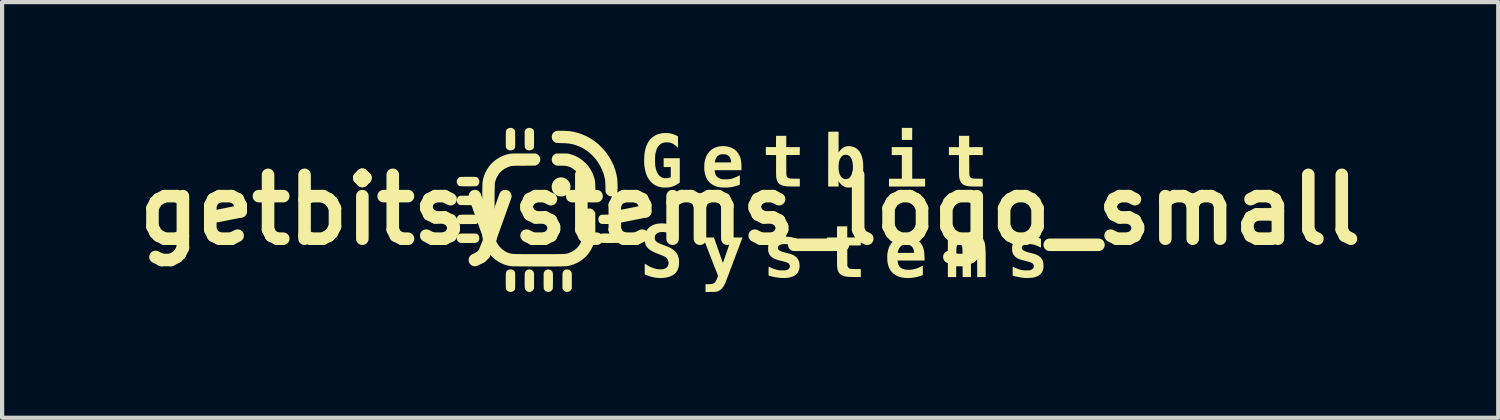
<source format=kicad_pcb>
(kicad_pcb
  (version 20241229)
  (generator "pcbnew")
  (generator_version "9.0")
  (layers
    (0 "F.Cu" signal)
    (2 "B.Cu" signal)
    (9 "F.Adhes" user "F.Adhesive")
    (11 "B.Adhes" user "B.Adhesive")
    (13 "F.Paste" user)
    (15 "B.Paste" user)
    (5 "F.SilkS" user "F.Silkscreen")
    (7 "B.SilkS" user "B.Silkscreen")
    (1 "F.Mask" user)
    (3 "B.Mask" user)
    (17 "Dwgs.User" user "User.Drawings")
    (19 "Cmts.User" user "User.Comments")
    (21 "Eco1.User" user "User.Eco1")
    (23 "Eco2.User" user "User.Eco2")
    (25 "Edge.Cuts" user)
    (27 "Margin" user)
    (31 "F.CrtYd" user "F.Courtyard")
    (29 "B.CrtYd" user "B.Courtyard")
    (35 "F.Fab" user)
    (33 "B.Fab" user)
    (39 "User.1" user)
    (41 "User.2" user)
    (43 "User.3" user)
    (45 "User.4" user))
  (footprint "getbitsystems_logo_small"
    (layer "F.Cu")
    (at 14.848 1.956)
    (property "Reference" "getbitsystems_logo_small" (at 0 0 0) (layer "F.SilkS") (effects (font (size 1.524 1.524) (thickness 0.3))))
    (attr board_only exclude_from_pos_files exclude_from_bom)
    (fp_poly (pts (xy 3.867 -0.742) (xy 4.174 -0.742) (xy 4.174 -0.555) (xy 3.312 -0.555) (xy 3.312 -0.742) (xy 3.619 -0.742) (xy 3.619 -1.306) (xy 3.378 -1.306) (xy 3.378 -1.496) (xy 3.867 -1.496)) (stroke (width 0) (type solid)) (fill yes) (layer "F.SilkS"))
    (fp_poly (pts (xy 3.866 -1.812) (xy 3.865 -1.668) (xy 3.745 -1.667) (xy 3.714 -1.667) (xy 3.686 -1.667) (xy 3.661 -1.667) (xy 3.642 -1.668) (xy 3.628 -1.668) (xy 3.622 -1.669) (xy 3.621 -1.669) (xy 3.621 -1.674) (xy 3.62 -1.686) (xy 3.62 -1.704) (xy 3.619 -1.728) (xy 3.619 -1.756) (xy 3.619 -1.787) (xy 3.619 -1.814) (xy 3.619 -1.956) (xy 3.867 -1.956)) (stroke (width 0) (type solid)) (fill yes) (layer "F.SilkS"))
    (fp_poly (pts (xy -4.484 -0.773) (xy -4.445 -0.765) (xy -4.408 -0.749) (xy -4.374 -0.726) (xy -4.35 -0.704) (xy -4.322 -0.669) (xy -4.302 -0.631) (xy -4.29 -0.591) (xy -4.286 -0.549) (xy -4.29 -0.506) (xy -4.294 -0.487) (xy -4.308 -0.447) (xy -4.329 -0.411) (xy -4.356 -0.38) (xy -4.387 -0.355) (xy -4.423 -0.336) (xy -4.462 -0.324) (xy -4.504 -0.319) (xy -4.539 -0.32) (xy -4.579 -0.328) (xy -4.616 -0.344) (xy -4.651 -0.367) (xy -4.681 -0.397) (xy -4.701 -0.424) (xy -4.719 -0.458) (xy -4.73 -0.494) (xy -4.735 -0.534) (xy -4.735 -0.547) (xy -4.732 -0.589) (xy -4.722 -0.626) (xy -4.706 -0.66) (xy -4.683 -0.692) (xy -4.669 -0.707) (xy -4.636 -0.735) (xy -4.6 -0.755) (xy -4.562 -0.769) (xy -4.523 -0.775)) (stroke (width 0) (type solid)) (fill yes) (layer "F.SilkS"))
    (fp_poly (pts (xy -5.249 1.423) (xy -5.228 1.428) (xy -5.204 1.441) (xy -5.183 1.461) (xy -5.167 1.484) (xy -5.166 1.486) (xy -5.156 1.507) (xy -5.156 1.691) (xy -5.156 1.876) (xy -5.167 1.898) (xy -5.183 1.921) (xy -5.204 1.94) (xy -5.229 1.953) (xy -5.256 1.96) (xy -5.283 1.96) (xy -5.297 1.957) (xy -5.32 1.947) (xy -5.341 1.931) (xy -5.35 1.922) (xy -5.357 1.914) (xy -5.363 1.907) (xy -5.367 1.899) (xy -5.371 1.89) (xy -5.374 1.878) (xy -5.376 1.864) (xy -5.378 1.846) (xy -5.379 1.823) (xy -5.38 1.796) (xy -5.38 1.762) (xy -5.38 1.721) (xy -5.38 1.689) (xy -5.38 1.646) (xy -5.38 1.607) (xy -5.379 1.573) (xy -5.378 1.545) (xy -5.378 1.524) (xy -5.377 1.51) (xy -5.376 1.504) (xy -5.367 1.482) (xy -5.352 1.461) (xy -5.334 1.443) (xy -5.325 1.437) (xy -5.302 1.427) (xy -5.276 1.422)) (stroke (width 0) (type solid)) (fill yes) (layer "F.SilkS"))
    (fp_poly (pts (xy -4.355 1.424) (xy -4.333 1.427) (xy -4.317 1.432) (xy -4.295 1.447) (xy -4.275 1.468) (xy -4.264 1.488) (xy -4.261 1.492) (xy -4.26 1.497) (xy -4.258 1.503) (xy -4.257 1.511) (xy -4.256 1.521) (xy -4.256 1.535) (xy -4.255 1.553) (xy -4.255 1.575) (xy -4.255 1.604) (xy -4.255 1.639) (xy -4.255 1.681) (xy -4.255 1.876) (xy -4.265 1.895) (xy -4.28 1.919) (xy -4.302 1.938) (xy -4.327 1.952) (xy -4.353 1.959) (xy -4.368 1.96) (xy -4.382 1.959) (xy -4.397 1.955) (xy -4.402 1.954) (xy -4.423 1.944) (xy -4.443 1.929) (xy -4.46 1.91) (xy -4.469 1.895) (xy -4.479 1.876) (xy -4.479 1.691) (xy -4.479 1.647) (xy -4.479 1.611) (xy -4.478 1.581) (xy -4.478 1.557) (xy -4.478 1.538) (xy -4.477 1.524) (xy -4.476 1.513) (xy -4.475 1.505) (xy -4.474 1.498) (xy -4.472 1.493) (xy -4.47 1.489) (xy -4.47 1.488) (xy -4.456 1.466) (xy -4.437 1.446) (xy -4.416 1.432) (xy -4.415 1.431) (xy -4.399 1.426) (xy -4.377 1.424)) (stroke (width 0) (type solid)) (fill yes) (layer "F.SilkS"))
    (fp_poly (pts (xy -3.354 0.116) (xy -3.307 0.116) (xy -3.267 0.116) (xy -3.234 0.117) (xy -3.206 0.117) (xy -3.185 0.118) (xy -3.167 0.119) (xy -3.154 0.121) (xy -3.143 0.124) (xy -3.135 0.128) (xy -3.128 0.132) (xy -3.122 0.137) (xy -3.116 0.144) (xy -3.111 0.15) (xy -3.096 0.173) (xy -3.087 0.199) (xy -3.084 0.227) (xy -3.087 0.254) (xy -3.096 0.28) (xy -3.11 0.303) (xy -3.129 0.321) (xy -3.143 0.33) (xy -3.165 0.34) (xy -3.353 0.339) (xy -3.407 0.339) (xy -3.453 0.339) (xy -3.49 0.338) (xy -3.52 0.337) (xy -3.54 0.336) (xy -3.553 0.335) (xy -3.556 0.334) (xy -3.573 0.326) (xy -3.589 0.312) (xy -3.604 0.294) (xy -3.614 0.275) (xy -3.616 0.269) (xy -3.622 0.238) (xy -3.621 0.208) (xy -3.614 0.18) (xy -3.601 0.156) (xy -3.591 0.144) (xy -3.584 0.138) (xy -3.578 0.133) (xy -3.572 0.128) (xy -3.565 0.125) (xy -3.557 0.122) (xy -3.547 0.12) (xy -3.533 0.118) (xy -3.515 0.117) (xy -3.493 0.117) (xy -3.465 0.116) (xy -3.432 0.116) (xy -3.391 0.116)) (stroke (width 0) (type solid)) (fill yes) (layer "F.SilkS"))
    (fp_poly (pts (xy -6.684 0.116) (xy -6.646 0.116) (xy -6.615 0.116) (xy -6.591 0.117) (xy -6.571 0.117) (xy -6.556 0.117) (xy -6.544 0.118) (xy -6.536 0.119) (xy -6.53 0.12) (xy -6.525 0.122) (xy -6.521 0.124) (xy -6.521 0.124) (xy -6.501 0.138) (xy -6.484 0.156) (xy -6.472 0.174) (xy -6.466 0.192) (xy -6.463 0.215) (xy -6.463 0.239) (xy -6.466 0.262) (xy -6.468 0.27) (xy -6.478 0.289) (xy -6.491 0.307) (xy -6.508 0.323) (xy -6.525 0.333) (xy -6.531 0.335) (xy -6.54 0.337) (xy -6.556 0.338) (xy -6.581 0.338) (xy -6.613 0.339) (xy -6.653 0.34) (xy -6.699 0.34) (xy -6.734 0.34) (xy -6.92 0.34) (xy -6.942 0.329) (xy -6.964 0.314) (xy -6.981 0.294) (xy -6.992 0.27) (xy -6.998 0.245) (xy -6.999 0.218) (xy -6.995 0.192) (xy -6.986 0.167) (xy -6.971 0.146) (xy -6.951 0.13) (xy -6.938 0.122) (xy -6.933 0.121) (xy -6.927 0.12) (xy -6.918 0.119) (xy -6.906 0.118) (xy -6.889 0.117) (xy -6.869 0.117) (xy -6.842 0.116) (xy -6.81 0.116) (xy -6.77 0.116) (xy -6.729 0.116)) (stroke (width 0) (type solid)) (fill yes) (layer "F.SilkS"))
    (fp_poly (pts (xy -6.682 -0.336) (xy -6.638 -0.335) (xy -6.601 -0.335) (xy -6.572 -0.334) (xy -6.55 -0.333) (xy -6.536 -0.332) (xy -6.531 -0.331) (xy -6.514 -0.323) (xy -6.497 -0.309) (xy -6.482 -0.292) (xy -6.471 -0.272) (xy -6.468 -0.266) (xy -6.464 -0.245) (xy -6.463 -0.221) (xy -6.464 -0.197) (xy -6.469 -0.177) (xy -6.472 -0.17) (xy -6.486 -0.149) (xy -6.504 -0.131) (xy -6.521 -0.12) (xy -6.525 -0.118) (xy -6.529 -0.116) (xy -6.535 -0.115) (xy -6.543 -0.114) (xy -6.554 -0.113) (xy -6.569 -0.113) (xy -6.588 -0.112) (xy -6.612 -0.112) (xy -6.643 -0.112) (xy -6.679 -0.112) (xy -6.724 -0.112) (xy -6.73 -0.112) (xy -6.776 -0.112) (xy -6.815 -0.112) (xy -6.847 -0.113) (xy -6.873 -0.113) (xy -6.893 -0.113) (xy -6.909 -0.114) (xy -6.921 -0.115) (xy -6.929 -0.116) (xy -6.935 -0.117) (xy -6.939 -0.119) (xy -6.961 -0.132) (xy -6.978 -0.151) (xy -6.99 -0.174) (xy -6.997 -0.2) (xy -6.999 -0.226) (xy -6.996 -0.253) (xy -6.988 -0.278) (xy -6.974 -0.3) (xy -6.956 -0.317) (xy -6.941 -0.326) (xy -6.92 -0.336) (xy -6.733 -0.336)) (stroke (width 0) (type solid)) (fill yes) (layer "F.SilkS"))
    (fp_poly (pts (xy -5.227 -1.949) (xy -5.201 -1.937) (xy -5.189 -1.928) (xy -5.182 -1.922) (xy -5.176 -1.916) (xy -5.171 -1.911) (xy -5.167 -1.904) (xy -5.163 -1.896) (xy -5.161 -1.885) (xy -5.159 -1.871) (xy -5.158 -1.853) (xy -5.157 -1.831) (xy -5.157 -1.803) (xy -5.156 -1.769) (xy -5.156 -1.728) (xy -5.156 -1.687) (xy -5.156 -1.641) (xy -5.156 -1.602) (xy -5.157 -1.571) (xy -5.157 -1.545) (xy -5.157 -1.525) (xy -5.158 -1.509) (xy -5.159 -1.498) (xy -5.16 -1.489) (xy -5.161 -1.483) (xy -5.162 -1.478) (xy -5.163 -1.477) (xy -5.177 -1.456) (xy -5.197 -1.438) (xy -5.212 -1.429) (xy -5.23 -1.423) (xy -5.252 -1.419) (xy -5.276 -1.419) (xy -5.299 -1.421) (xy -5.314 -1.424) (xy -5.331 -1.434) (xy -5.348 -1.448) (xy -5.363 -1.464) (xy -5.373 -1.481) (xy -5.375 -1.486) (xy -5.376 -1.494) (xy -5.377 -1.506) (xy -5.378 -1.524) (xy -5.379 -1.548) (xy -5.38 -1.579) (xy -5.38 -1.617) (xy -5.38 -1.662) (xy -5.38 -1.69) (xy -5.38 -1.876) (xy -5.369 -1.898) (xy -5.354 -1.92) (xy -5.333 -1.937) (xy -5.309 -1.949) (xy -5.282 -1.955) (xy -5.254 -1.955)) (stroke (width 0) (type solid)) (fill yes) (layer "F.SilkS"))
    (fp_poly (pts (xy 2.317 0.659) (xy 2.64 0.659) (xy 2.64 0.85) (xy 2.317 0.85) (xy 2.319 1.337) (xy 2.331 1.361) (xy 2.344 1.38) (xy 2.36 1.395) (xy 2.383 1.405) (xy 2.399 1.409) (xy 2.41 1.41) (xy 2.428 1.411) (xy 2.452 1.412) (xy 2.48 1.413) (xy 2.512 1.413) (xy 2.531 1.413) (xy 2.64 1.413) (xy 2.64 1.604) (xy 2.511 1.604) (xy 2.476 1.603) (xy 2.443 1.603) (xy 2.411 1.602) (xy 2.383 1.601) (xy 2.36 1.601) (xy 2.344 1.6) (xy 2.341 1.599) (xy 2.287 1.593) (xy 2.241 1.583) (xy 2.202 1.569) (xy 2.169 1.551) (xy 2.142 1.529) (xy 2.119 1.502) (xy 2.102 1.47) (xy 2.093 1.448) (xy 2.089 1.436) (xy 2.085 1.424) (xy 2.083 1.411) (xy 2.08 1.397) (xy 2.078 1.382) (xy 2.076 1.363) (xy 2.075 1.342) (xy 2.074 1.316) (xy 2.073 1.286) (xy 2.073 1.25) (xy 2.073 1.208) (xy 2.073 1.159) (xy 2.072 1.102) (xy 2.072 1.099) (xy 2.072 0.85) (xy 1.951 0.849) (xy 1.83 0.848) (xy 1.83 0.661) (xy 1.951 0.66) (xy 2.072 0.659) (xy 2.072 0.394) (xy 2.317 0.394)) (stroke (width 0) (type solid)) (fill yes) (layer "F.SilkS"))
    (fp_poly (pts (xy -5.688 -1.952) (xy -5.662 -1.943) (xy -5.638 -1.927) (xy -5.619 -1.906) (xy -5.613 -1.897) (xy -5.611 -1.893) (xy -5.61 -1.888) (xy -5.609 -1.882) (xy -5.608 -1.873) (xy -5.607 -1.86) (xy -5.607 -1.843) (xy -5.606 -1.822) (xy -5.606 -1.795) (xy -5.606 -1.761) (xy -5.606 -1.721) (xy -5.606 -1.687) (xy -5.606 -1.641) (xy -5.606 -1.604) (xy -5.606 -1.572) (xy -5.606 -1.547) (xy -5.607 -1.527) (xy -5.607 -1.512) (xy -5.608 -1.5) (xy -5.609 -1.492) (xy -5.61 -1.485) (xy -5.612 -1.481) (xy -5.613 -1.476) (xy -5.615 -1.474) (xy -5.632 -1.45) (xy -5.654 -1.433) (xy -5.681 -1.423) (xy -5.712 -1.419) (xy -5.729 -1.419) (xy -5.745 -1.42) (xy -5.756 -1.422) (xy -5.756 -1.422) (xy -5.778 -1.432) (xy -5.798 -1.447) (xy -5.814 -1.465) (xy -5.819 -1.473) (xy -5.83 -1.494) (xy -5.83 -1.687) (xy -5.83 -1.734) (xy -5.83 -1.773) (xy -5.83 -1.806) (xy -5.829 -1.833) (xy -5.828 -1.854) (xy -5.827 -1.871) (xy -5.825 -1.885) (xy -5.822 -1.895) (xy -5.819 -1.903) (xy -5.814 -1.91) (xy -5.809 -1.916) (xy -5.802 -1.922) (xy -5.795 -1.928) (xy -5.771 -1.944) (xy -5.744 -1.953) (xy -5.716 -1.956)) (stroke (width 0) (type solid)) (fill yes) (layer "F.SilkS"))
    (fp_poly (pts (xy -6.731 0.566) (xy -6.686 0.566) (xy -6.648 0.566) (xy -6.617 0.566) (xy -6.592 0.566) (xy -6.572 0.566) (xy -6.556 0.567) (xy -6.545 0.568) (xy -6.536 0.569) (xy -6.53 0.57) (xy -6.525 0.571) (xy -6.521 0.573) (xy -6.517 0.575) (xy -6.494 0.592) (xy -6.477 0.614) (xy -6.467 0.641) (xy -6.462 0.673) (xy -6.462 0.68) (xy -6.465 0.71) (xy -6.475 0.736) (xy -6.491 0.758) (xy -6.512 0.776) (xy -6.537 0.786) (xy -6.541 0.787) (xy -6.55 0.788) (xy -6.567 0.789) (xy -6.589 0.79) (xy -6.617 0.79) (xy -6.648 0.791) (xy -6.682 0.791) (xy -6.717 0.791) (xy -6.753 0.791) (xy -6.789 0.791) (xy -6.822 0.791) (xy -6.853 0.79) (xy -6.88 0.789) (xy -6.902 0.789) (xy -6.918 0.788) (xy -6.926 0.787) (xy -6.944 0.779) (xy -6.962 0.765) (xy -6.979 0.747) (xy -6.991 0.726) (xy -6.995 0.715) (xy -7 0.685) (xy -6.998 0.655) (xy -6.99 0.627) (xy -6.976 0.602) (xy -6.968 0.594) (xy -6.962 0.587) (xy -6.956 0.582) (xy -6.951 0.578) (xy -6.944 0.574) (xy -6.936 0.572) (xy -6.926 0.57) (xy -6.912 0.568) (xy -6.895 0.567) (xy -6.873 0.566) (xy -6.846 0.566) (xy -6.813 0.566) (xy -6.773 0.566)) (stroke (width 0) (type solid)) (fill yes) (layer "F.SilkS"))
    (fp_poly (pts (xy 0.862 -1.496) (xy 1.186 -1.496) (xy 1.183 -1.308) (xy 1.023 -1.307) (xy 0.862 -1.306) (xy 0.862 -1.074) (xy 0.862 -1.016) (xy 0.862 -0.966) (xy 0.863 -0.923) (xy 0.863 -0.887) (xy 0.864 -0.858) (xy 0.865 -0.837) (xy 0.866 -0.824) (xy 0.867 -0.821) (xy 0.876 -0.794) (xy 0.892 -0.773) (xy 0.914 -0.757) (xy 0.932 -0.75) (xy 0.941 -0.748) (xy 0.958 -0.747) (xy 0.982 -0.745) (xy 1.011 -0.744) (xy 1.047 -0.743) (xy 1.066 -0.743) (xy 1.185 -0.741) (xy 1.185 -0.555) (xy 1.037 -0.556) (xy 0.99 -0.556) (xy 0.948 -0.557) (xy 0.912 -0.558) (xy 0.883 -0.559) (xy 0.861 -0.56) (xy 0.852 -0.562) (xy 0.802 -0.571) (xy 0.76 -0.583) (xy 0.724 -0.599) (xy 0.694 -0.619) (xy 0.67 -0.645) (xy 0.651 -0.676) (xy 0.637 -0.712) (xy 0.626 -0.755) (xy 0.624 -0.77) (xy 0.622 -0.78) (xy 0.621 -0.792) (xy 0.62 -0.808) (xy 0.619 -0.827) (xy 0.619 -0.851) (xy 0.618 -0.881) (xy 0.618 -0.916) (xy 0.618 -0.957) (xy 0.618 -1.006) (xy 0.618 -1.056) (xy 0.618 -1.306) (xy 0.496 -1.307) (xy 0.375 -1.308) (xy 0.374 -1.402) (xy 0.373 -1.496) (xy 0.616 -1.498) (xy 0.617 -1.632) (xy 0.618 -1.766) (xy 0.862 -1.766)) (stroke (width 0) (type solid)) (fill yes) (layer "F.SilkS"))
    (fp_poly (pts (xy -6.676 -0.787) (xy -6.642 -0.787) (xy -6.612 -0.787) (xy -6.585 -0.786) (xy -6.563 -0.785) (xy -6.548 -0.784) (xy -6.541 -0.784) (xy -6.517 -0.775) (xy -6.495 -0.759) (xy -6.478 -0.735) (xy -6.475 -0.729) (xy -6.468 -0.715) (xy -6.464 -0.704) (xy -6.462 -0.692) (xy -6.462 -0.677) (xy -6.463 -0.669) (xy -6.467 -0.637) (xy -6.477 -0.61) (xy -6.494 -0.588) (xy -6.517 -0.571) (xy -6.518 -0.571) (xy -6.522 -0.568) (xy -6.526 -0.567) (xy -6.532 -0.565) (xy -6.539 -0.564) (xy -6.549 -0.563) (xy -6.562 -0.563) (xy -6.579 -0.562) (xy -6.601 -0.562) (xy -6.628 -0.561) (xy -6.662 -0.561) (xy -6.704 -0.561) (xy -6.723 -0.561) (xy -6.762 -0.561) (xy -6.799 -0.561) (xy -6.833 -0.561) (xy -6.863 -0.561) (xy -6.888 -0.562) (xy -6.908 -0.562) (xy -6.92 -0.563) (xy -6.925 -0.564) (xy -6.948 -0.573) (xy -6.968 -0.59) (xy -6.984 -0.612) (xy -6.995 -0.636) (xy -7.001 -0.668) (xy -6.998 -0.699) (xy -6.988 -0.727) (xy -6.97 -0.752) (xy -6.966 -0.757) (xy -6.952 -0.769) (xy -6.941 -0.777) (xy -6.928 -0.782) (xy -6.923 -0.783) (xy -6.913 -0.784) (xy -6.897 -0.785) (xy -6.875 -0.786) (xy -6.847 -0.786) (xy -6.816 -0.787) (xy -6.782 -0.787) (xy -6.747 -0.787) (xy -6.711 -0.787)) (stroke (width 0) (type solid)) (fill yes) (layer "F.SilkS"))
    (fp_poly (pts (xy -5.693 1.424) (xy -5.665 1.432) (xy -5.641 1.446) (xy -5.621 1.467) (xy -5.615 1.477) (xy -5.613 1.481) (xy -5.611 1.485) (xy -5.61 1.49) (xy -5.609 1.497) (xy -5.608 1.506) (xy -5.607 1.518) (xy -5.607 1.534) (xy -5.606 1.555) (xy -5.606 1.581) (xy -5.606 1.613) (xy -5.606 1.652) (xy -5.606 1.691) (xy -5.606 1.738) (xy -5.606 1.777) (xy -5.606 1.81) (xy -5.607 1.836) (xy -5.607 1.857) (xy -5.608 1.874) (xy -5.61 1.887) (xy -5.612 1.897) (xy -5.615 1.905) (xy -5.619 1.911) (xy -5.623 1.917) (xy -5.628 1.922) (xy -5.634 1.928) (xy -5.655 1.943) (xy -5.68 1.954) (xy -5.708 1.959) (xy -5.737 1.959) (xy -5.758 1.954) (xy -5.777 1.945) (xy -5.796 1.931) (xy -5.812 1.914) (xy -5.822 1.9) (xy -5.824 1.895) (xy -5.825 1.89) (xy -5.827 1.883) (xy -5.828 1.874) (xy -5.829 1.862) (xy -5.829 1.846) (xy -5.83 1.825) (xy -5.83 1.798) (xy -5.831 1.765) (xy -5.831 1.725) (xy -5.831 1.704) (xy -5.831 1.651) (xy -5.831 1.606) (xy -5.831 1.568) (xy -5.83 1.539) (xy -5.829 1.518) (xy -5.828 1.505) (xy -5.828 1.503) (xy -5.818 1.476) (xy -5.802 1.454) (xy -5.781 1.438) (xy -5.754 1.427) (xy -5.726 1.423)) (stroke (width 0) (type solid)) (fill yes) (layer "F.SilkS"))
    (fp_poly (pts (xy 5.227 -1.496) (xy 5.55 -1.496) (xy 5.55 -1.306) (xy 5.226 -1.306) (xy 5.228 -1.064) (xy 5.228 -1.011) (xy 5.229 -0.965) (xy 5.229 -0.926) (xy 5.229 -0.894) (xy 5.23 -0.868) (xy 5.231 -0.847) (xy 5.232 -0.832) (xy 5.233 -0.82) (xy 5.234 -0.812) (xy 5.235 -0.807) (xy 5.248 -0.784) (xy 5.267 -0.765) (xy 5.288 -0.754) (xy 5.295 -0.751) (xy 5.303 -0.749) (xy 5.311 -0.747) (xy 5.322 -0.746) (xy 5.336 -0.745) (xy 5.354 -0.744) (xy 5.378 -0.744) (xy 5.408 -0.743) (xy 5.431 -0.743) (xy 5.55 -0.741) (xy 5.55 -0.555) (xy 5.402 -0.556) (xy 5.366 -0.556) (xy 5.332 -0.557) (xy 5.3 -0.557) (xy 5.272 -0.558) (xy 5.25 -0.559) (xy 5.233 -0.559) (xy 5.225 -0.56) (xy 5.174 -0.569) (xy 5.131 -0.58) (xy 5.094 -0.596) (xy 5.064 -0.616) (xy 5.039 -0.641) (xy 5.02 -0.671) (xy 5.004 -0.707) (xy 4.993 -0.749) (xy 4.988 -0.775) (xy 4.987 -0.785) (xy 4.986 -0.798) (xy 4.985 -0.814) (xy 4.984 -0.833) (xy 4.983 -0.856) (xy 4.983 -0.885) (xy 4.983 -0.919) (xy 4.982 -0.959) (xy 4.982 -1.006) (xy 4.982 -1.06) (xy 4.982 -1.306) (xy 4.742 -1.306) (xy 4.742 -1.496) (xy 4.982 -1.496) (xy 4.982 -1.766) (xy 5.227 -1.766)) (stroke (width 0) (type solid)) (fill yes) (layer "F.SilkS"))
    (fp_poly (pts (xy -3.306 0.564) (xy -3.267 0.564) (xy -3.235 0.565) (xy -3.209 0.565) (xy -3.189 0.566) (xy -3.174 0.567) (xy -3.163 0.568) (xy -3.156 0.569) (xy -3.153 0.57) (xy -3.129 0.582) (xy -3.11 0.601) (xy -3.095 0.625) (xy -3.087 0.652) (xy -3.085 0.681) (xy -3.089 0.711) (xy -3.09 0.715) (xy -3.1 0.739) (xy -3.116 0.76) (xy -3.136 0.776) (xy -3.158 0.786) (xy -3.162 0.787) (xy -3.172 0.788) (xy -3.189 0.789) (xy -3.213 0.79) (xy -3.241 0.791) (xy -3.273 0.791) (xy -3.307 0.792) (xy -3.343 0.792) (xy -3.379 0.792) (xy -3.414 0.791) (xy -3.448 0.791) (xy -3.479 0.79) (xy -3.505 0.789) (xy -3.527 0.788) (xy -3.542 0.787) (xy -3.549 0.786) (xy -3.573 0.776) (xy -3.593 0.759) (xy -3.608 0.737) (xy -3.614 0.725) (xy -3.618 0.715) (xy -3.62 0.703) (xy -3.621 0.688) (xy -3.621 0.678) (xy -3.62 0.659) (xy -3.619 0.646) (xy -3.616 0.635) (xy -3.612 0.624) (xy -3.608 0.618) (xy -3.599 0.604) (xy -3.589 0.591) (xy -3.582 0.586) (xy -3.576 0.581) (xy -3.569 0.577) (xy -3.562 0.573) (xy -3.554 0.57) (xy -3.544 0.568) (xy -3.53 0.567) (xy -3.513 0.566) (xy -3.492 0.565) (xy -3.465 0.564) (xy -3.432 0.564) (xy -3.393 0.564) (xy -3.353 0.564)) (stroke (width 0) (type solid)) (fill yes) (layer "F.SilkS"))
    (fp_poly (pts (xy -4.779 1.428) (xy -4.754 1.44) (xy -4.732 1.459) (xy -4.73 1.462) (xy -4.724 1.469) (xy -4.719 1.477) (xy -4.715 1.484) (xy -4.712 1.494) (xy -4.709 1.505) (xy -4.707 1.52) (xy -4.706 1.538) (xy -4.705 1.561) (xy -4.705 1.59) (xy -4.705 1.624) (xy -4.705 1.666) (xy -4.705 1.7) (xy -4.706 1.743) (xy -4.706 1.779) (xy -4.706 1.808) (xy -4.707 1.831) (xy -4.707 1.85) (xy -4.708 1.863) (xy -4.709 1.874) (xy -4.71 1.881) (xy -4.711 1.887) (xy -4.713 1.892) (xy -4.715 1.896) (xy -4.716 1.897) (xy -4.733 1.922) (xy -4.756 1.942) (xy -4.768 1.949) (xy -4.787 1.955) (xy -4.809 1.959) (xy -4.831 1.959) (xy -4.849 1.955) (xy -4.85 1.955) (xy -4.875 1.943) (xy -4.895 1.928) (xy -4.906 1.917) (xy -4.911 1.91) (xy -4.915 1.903) (xy -4.919 1.896) (xy -4.922 1.887) (xy -4.924 1.877) (xy -4.925 1.863) (xy -4.927 1.845) (xy -4.927 1.823) (xy -4.928 1.796) (xy -4.928 1.762) (xy -4.928 1.722) (xy -4.928 1.687) (xy -4.928 1.644) (xy -4.928 1.608) (xy -4.928 1.579) (xy -4.928 1.556) (xy -4.927 1.537) (xy -4.927 1.523) (xy -4.926 1.512) (xy -4.925 1.504) (xy -4.923 1.498) (xy -4.922 1.493) (xy -4.92 1.488) (xy -4.919 1.486) (xy -4.903 1.461) (xy -4.882 1.443) (xy -4.858 1.43) (xy -4.832 1.423) (xy -4.805 1.422)) (stroke (width 0) (type solid)) (fill yes) (layer "F.SilkS"))
    (fp_poly (pts (xy 3.785 0.642) (xy 3.846 0.652) (xy 3.901 0.668) (xy 3.952 0.691) (xy 3.998 0.721) (xy 4.038 0.757) (xy 4.074 0.8) (xy 4.085 0.816) (xy 4.104 0.848) (xy 4.12 0.882) (xy 4.133 0.919) (xy 4.143 0.958) (xy 4.151 1.002) (xy 4.156 1.052) (xy 4.159 1.109) (xy 4.16 1.124) (xy 4.163 1.21) (xy 3.518 1.21) (xy 3.521 1.238) (xy 3.529 1.282) (xy 3.542 1.319) (xy 3.561 1.351) (xy 3.586 1.377) (xy 3.618 1.398) (xy 3.655 1.414) (xy 3.699 1.425) (xy 3.741 1.43) (xy 3.807 1.431) (xy 3.874 1.424) (xy 3.942 1.408) (xy 4.01 1.385) (xy 4.078 1.353) (xy 4.12 1.331) (xy 4.12 1.558) (xy 4.078 1.573) (xy 4.005 1.595) (xy 3.929 1.612) (xy 3.854 1.623) (xy 3.779 1.628) (xy 3.708 1.626) (xy 3.706 1.626) (xy 3.639 1.618) (xy 3.578 1.604) (xy 3.521 1.585) (xy 3.47 1.559) (xy 3.425 1.528) (xy 3.385 1.492) (xy 3.365 1.468) (xy 3.337 1.425) (xy 3.313 1.379) (xy 3.295 1.327) (xy 3.282 1.279) (xy 3.278 1.253) (xy 3.274 1.22) (xy 3.272 1.183) (xy 3.271 1.145) (xy 3.271 1.107) (xy 3.272 1.071) (xy 3.275 1.04) (xy 3.276 1.033) (xy 3.277 1.028) (xy 3.522 1.028) (xy 3.716 1.027) (xy 3.911 1.026) (xy 3.909 1.007) (xy 3.904 0.967) (xy 3.893 0.931) (xy 3.876 0.899) (xy 3.854 0.873) (xy 3.828 0.853) (xy 3.822 0.85) (xy 3.795 0.84) (xy 3.763 0.833) (xy 3.728 0.83) (xy 3.694 0.83) (xy 3.662 0.835) (xy 3.643 0.841) (xy 3.612 0.857) (xy 3.584 0.881) (xy 3.56 0.91) (xy 3.542 0.944) (xy 3.529 0.983) (xy 3.525 1.007) (xy 3.522 1.028) (xy 3.277 1.028) (xy 3.289 0.967) (xy 3.308 0.907) (xy 3.333 0.852) (xy 3.364 0.803) (xy 3.401 0.76) (xy 3.405 0.756) (xy 3.445 0.72) (xy 3.489 0.691) (xy 3.537 0.669) (xy 3.589 0.652) (xy 3.645 0.643) (xy 3.707 0.638) (xy 3.72 0.638)) (stroke (width 0) (type solid)) (fill yes) (layer "F.SilkS"))
    (fp_poly (pts (xy -4.495 -1.345) (xy -4.458 -1.345) (xy -4.427 -1.345) (xy -4.403 -1.344) (xy -4.383 -1.344) (xy -4.367 -1.343) (xy -4.354 -1.341) (xy -4.342 -1.34) (xy -4.33 -1.338) (xy -4.32 -1.336) (xy -4.247 -1.315) (xy -4.177 -1.288) (xy -4.108 -1.253) (xy -4.043 -1.212) (xy -3.982 -1.164) (xy -3.925 -1.112) (xy -3.873 -1.054) (xy -3.827 -0.992) (xy -3.787 -0.926) (xy -3.753 -0.857) (xy -3.727 -0.785) (xy -3.723 -0.771) (xy -3.715 -0.742) (xy -3.708 -0.715) (xy -3.703 -0.688) (xy -3.7 -0.66) (xy -3.697 -0.628) (xy -3.696 -0.592) (xy -3.694 -0.549) (xy -3.694 -0.548) (xy -3.694 -0.517) (xy -3.693 -0.492) (xy -3.693 -0.473) (xy -3.694 -0.458) (xy -3.695 -0.447) (xy -3.696 -0.437) (xy -3.698 -0.428) (xy -3.701 -0.419) (xy -3.714 -0.39) (xy -3.733 -0.364) (xy -3.758 -0.343) (xy -3.786 -0.328) (xy -3.816 -0.319) (xy -3.848 -0.317) (xy -3.867 -0.319) (xy -3.898 -0.33) (xy -3.927 -0.348) (xy -3.951 -0.372) (xy -3.969 -0.401) (xy -3.97 -0.401) (xy -3.973 -0.409) (xy -3.976 -0.416) (xy -3.978 -0.423) (xy -3.98 -0.433) (xy -3.981 -0.445) (xy -3.982 -0.462) (xy -3.983 -0.483) (xy -3.984 -0.512) (xy -3.984 -0.524) (xy -3.985 -0.563) (xy -3.987 -0.594) (xy -3.989 -0.62) (xy -3.991 -0.643) (xy -3.995 -0.663) (xy -4 -0.682) (xy -4.007 -0.702) (xy -4.01 -0.713) (xy -4.035 -0.77) (xy -4.067 -0.824) (xy -4.105 -0.874) (xy -4.149 -0.919) (xy -4.197 -0.96) (xy -4.249 -0.994) (xy -4.305 -1.021) (xy -4.319 -1.027) (xy -4.336 -1.033) (xy -4.352 -1.038) (xy -4.366 -1.042) (xy -4.381 -1.045) (xy -4.397 -1.048) (xy -4.417 -1.049) (xy -4.441 -1.051) (xy -4.47 -1.051) (xy -4.506 -1.052) (xy -4.508 -1.052) (xy -4.624 -1.055) (xy -4.651 -1.068) (xy -4.68 -1.087) (xy -4.703 -1.11) (xy -4.721 -1.137) (xy -4.725 -1.147) (xy -4.732 -1.174) (xy -4.733 -1.205) (xy -4.73 -1.235) (xy -4.722 -1.262) (xy -4.721 -1.264) (xy -4.704 -1.291) (xy -4.681 -1.314) (xy -4.655 -1.332) (xy -4.651 -1.334) (xy -4.628 -1.345)) (stroke (width 0) (type solid)) (fill yes) (layer "F.SilkS"))
    (fp_poly (pts (xy 2.11 -1.367) (xy 2.13 -1.395) (xy 2.162 -1.435) (xy 2.198 -1.467) (xy 2.236 -1.492) (xy 2.278 -1.509) (xy 2.322 -1.518) (xy 2.369 -1.519) (xy 2.392 -1.517) (xy 2.443 -1.507) (xy 2.49 -1.491) (xy 2.532 -1.467) (xy 2.569 -1.437) (xy 2.602 -1.4) (xy 2.63 -1.355) (xy 2.654 -1.304) (xy 2.667 -1.267) (xy 2.679 -1.221) (xy 2.688 -1.169) (xy 2.695 -1.113) (xy 2.698 -1.054) (xy 2.698 -0.995) (xy 2.695 -0.936) (xy 2.689 -0.88) (xy 2.682 -0.839) (xy 2.666 -0.778) (xy 2.646 -0.724) (xy 2.62 -0.676) (xy 2.59 -0.634) (xy 2.556 -0.599) (xy 2.518 -0.571) (xy 2.475 -0.55) (xy 2.462 -0.545) (xy 2.445 -0.54) (xy 2.431 -0.537) (xy 2.415 -0.534) (xy 2.396 -0.533) (xy 2.372 -0.532) (xy 2.371 -0.532) (xy 2.345 -0.532) (xy 2.326 -0.532) (xy 2.31 -0.533) (xy 2.296 -0.536) (xy 2.285 -0.539) (xy 2.265 -0.545) (xy 2.244 -0.553) (xy 2.229 -0.56) (xy 2.208 -0.573) (xy 2.186 -0.592) (xy 2.164 -0.614) (xy 2.144 -0.637) (xy 2.128 -0.659) (xy 2.125 -0.663) (xy 2.11 -0.69) (xy 2.11 -0.555) (xy 1.861 -0.555) (xy 1.862 -0.996) (xy 2.11 -0.996) (xy 2.111 -0.964) (xy 2.114 -0.94) (xy 2.123 -0.891) (xy 2.136 -0.849) (xy 2.154 -0.813) (xy 2.175 -0.783) (xy 2.199 -0.759) (xy 2.226 -0.743) (xy 2.257 -0.734) (xy 2.289 -0.732) (xy 2.324 -0.738) (xy 2.331 -0.74) (xy 2.356 -0.753) (xy 2.379 -0.772) (xy 2.399 -0.799) (xy 2.417 -0.831) (xy 2.431 -0.868) (xy 2.442 -0.91) (xy 2.449 -0.955) (xy 2.452 -1.004) (xy 2.452 -1.054) (xy 2.45 -1.073) (xy 2.443 -1.127) (xy 2.432 -1.175) (xy 2.417 -1.216) (xy 2.398 -1.25) (xy 2.379 -1.273) (xy 2.359 -1.29) (xy 2.34 -1.302) (xy 2.318 -1.309) (xy 2.292 -1.312) (xy 2.282 -1.312) (xy 2.262 -1.312) (xy 2.248 -1.31) (xy 2.236 -1.307) (xy 2.224 -1.302) (xy 2.221 -1.3) (xy 2.194 -1.283) (xy 2.171 -1.258) (xy 2.15 -1.227) (xy 2.133 -1.189) (xy 2.122 -1.152) (xy 2.118 -1.128) (xy 2.114 -1.099) (xy 2.112 -1.065) (xy 2.11 -1.03) (xy 2.11 -0.996) (xy 1.862 -0.996) (xy 1.862 -1.209) (xy 1.863 -1.863) (xy 2.11 -1.865)) (stroke (width 0) (type solid)) (fill yes) (layer "F.SilkS"))
    (fp_poly (pts (xy -0.187 0.67) (xy -0.189 0.676) (xy -0.194 0.688) (xy -0.201 0.707) (xy -0.211 0.733) (xy -0.222 0.765) (xy -0.236 0.802) (xy -0.252 0.844) (xy -0.27 0.891) (xy -0.289 0.942) (xy -0.309 0.996) (xy -0.331 1.054) (xy -0.354 1.114) (xy -0.377 1.177) (xy -0.39 1.212) (xy -0.414 1.276) (xy -0.438 1.339) (xy -0.461 1.399) (xy -0.482 1.456) (xy -0.503 1.511) (xy -0.522 1.561) (xy -0.54 1.608) (xy -0.556 1.65) (xy -0.57 1.687) (xy -0.582 1.718) (xy -0.592 1.743) (xy -0.6 1.761) (xy -0.605 1.773) (xy -0.606 1.776) (xy -0.633 1.823) (xy -0.662 1.863) (xy -0.694 1.897) (xy -0.728 1.922) (xy -0.747 1.933) (xy -0.763 1.941) (xy -0.778 1.947) (xy -0.793 1.951) (xy -0.81 1.955) (xy -0.83 1.957) (xy -0.854 1.959) (xy -0.883 1.96) (xy -0.918 1.96) (xy -0.95 1.96) (xy -1.065 1.961) (xy -1.065 1.774) (xy -1.01 1.774) (xy -0.968 1.773) (xy -0.934 1.771) (xy -0.905 1.766) (xy -0.882 1.759) (xy -0.863 1.75) (xy -0.847 1.738) (xy -0.834 1.723) (xy -0.833 1.723) (xy -0.821 1.704) (xy -0.807 1.679) (xy -0.794 1.651) (xy -0.782 1.622) (xy -0.775 1.604) (xy -0.765 1.577) (xy -0.942 1.125) (xy -0.965 1.067) (xy -0.987 1.01) (xy -1.008 0.956) (xy -1.028 0.906) (xy -1.046 0.858) (xy -1.063 0.815) (xy -1.078 0.776) (xy -1.092 0.743) (xy -1.103 0.715) (xy -1.111 0.692) (xy -1.117 0.677) (xy -1.121 0.668) (xy -1.121 0.666) (xy -1.122 0.664) (xy -1.121 0.663) (xy -1.117 0.661) (xy -1.11 0.661) (xy -1.1 0.66) (xy -1.084 0.66) (xy -1.063 0.66) (xy -1.035 0.66) (xy -1 0.66) (xy -0.994 0.66) (xy -0.864 0.661) (xy -0.758 0.963) (xy -0.741 1.011) (xy -0.725 1.056) (xy -0.71 1.099) (xy -0.696 1.138) (xy -0.684 1.173) (xy -0.673 1.204) (xy -0.664 1.229) (xy -0.657 1.248) (xy -0.652 1.261) (xy -0.65 1.266) (xy -0.65 1.266) (xy -0.648 1.263) (xy -0.644 1.252) (xy -0.638 1.235) (xy -0.63 1.211) (xy -0.62 1.182) (xy -0.608 1.148) (xy -0.595 1.11) (xy -0.58 1.068) (xy -0.565 1.023) (xy -0.549 0.976) (xy -0.545 0.964) (xy -0.442 0.659) (xy -0.183 0.659)) (stroke (width 0) (type solid)) (fill yes) (layer "F.SilkS"))
    (fp_poly (pts (xy -4.519 -1.886) (xy -4.486 -1.886) (xy -4.451 -1.885) (xy -4.417 -1.884) (xy -4.384 -1.882) (xy -4.354 -1.88) (xy -4.328 -1.879) (xy -4.307 -1.877) (xy -4.301 -1.876) (xy -4.198 -1.858) (xy -4.098 -1.832) (xy -4.001 -1.798) (xy -3.908 -1.757) (xy -3.818 -1.708) (xy -3.731 -1.652) (xy -3.649 -1.589) (xy -3.643 -1.584) (xy -3.617 -1.561) (xy -3.587 -1.532) (xy -3.555 -1.501) (xy -3.524 -1.468) (xy -3.494 -1.436) (xy -3.469 -1.407) (xy -3.455 -1.391) (xy -3.394 -1.307) (xy -3.339 -1.22) (xy -3.291 -1.13) (xy -3.25 -1.038) (xy -3.217 -0.944) (xy -3.192 -0.849) (xy -3.182 -0.8) (xy -3.175 -0.762) (xy -3.171 -0.725) (xy -3.167 -0.688) (xy -3.165 -0.648) (xy -3.163 -0.605) (xy -3.163 -0.555) (xy -3.163 -0.544) (xy -3.163 -0.507) (xy -3.164 -0.477) (xy -3.165 -0.452) (xy -3.168 -0.432) (xy -3.172 -0.416) (xy -3.178 -0.401) (xy -3.185 -0.388) (xy -3.193 -0.377) (xy -3.215 -0.354) (xy -3.242 -0.336) (xy -3.272 -0.325) (xy -3.303 -0.32) (xy -3.335 -0.322) (xy -3.348 -0.325) (xy -3.38 -0.339) (xy -3.407 -0.359) (xy -3.429 -0.386) (xy -3.439 -0.403) (xy -3.45 -0.425) (xy -3.453 -0.549) (xy -3.454 -0.593) (xy -3.456 -0.631) (xy -3.458 -0.663) (xy -3.46 -0.691) (xy -3.463 -0.717) (xy -3.467 -0.742) (xy -3.473 -0.767) (xy -3.479 -0.795) (xy -3.48 -0.8) (xy -3.502 -0.875) (xy -3.531 -0.95) (xy -3.567 -1.025) (xy -3.608 -1.098) (xy -3.653 -1.167) (xy -3.683 -1.207) (xy -3.703 -1.23) (xy -3.727 -1.257) (xy -3.754 -1.285) (xy -3.782 -1.313) (xy -3.81 -1.339) (xy -3.835 -1.362) (xy -3.849 -1.373) (xy -3.92 -1.426) (xy -3.996 -1.472) (xy -4.075 -1.511) (xy -4.156 -1.542) (xy -4.234 -1.564) (xy -4.264 -1.571) (xy -4.293 -1.576) (xy -4.321 -1.581) (xy -4.35 -1.584) (xy -4.381 -1.587) (xy -4.417 -1.589) (xy -4.459 -1.59) (xy -4.495 -1.591) (xy -4.533 -1.592) (xy -4.564 -1.593) (xy -4.589 -1.595) (xy -4.609 -1.596) (xy -4.624 -1.598) (xy -4.637 -1.601) (xy -4.647 -1.605) (xy -4.657 -1.61) (xy -4.666 -1.616) (xy -4.673 -1.62) (xy -4.696 -1.641) (xy -4.715 -1.668) (xy -4.726 -1.691) (xy -4.732 -1.718) (xy -4.733 -1.748) (xy -4.729 -1.778) (xy -4.721 -1.803) (xy -4.703 -1.831) (xy -4.681 -1.854) (xy -4.653 -1.872) (xy -4.624 -1.883) (xy -4.61 -1.885) (xy -4.597 -1.886) (xy -4.576 -1.887) (xy -4.549 -1.887)) (stroke (width 0) (type solid)) (fill yes) (layer "F.SilkS"))
    (fp_poly (pts (xy -1.998 -1.832) (xy -1.958 -1.83) (xy -1.921 -1.826) (xy -1.889 -1.82) (xy -1.88 -1.818) (xy -1.833 -1.804) (xy -1.79 -1.787) (xy -1.753 -1.769) (xy -1.748 -1.766) (xy -1.722 -1.751) (xy -1.721 -1.615) (xy -1.721 -1.583) (xy -1.721 -1.553) (xy -1.721 -1.527) (xy -1.721 -1.506) (xy -1.721 -1.49) (xy -1.722 -1.481) (xy -1.722 -1.48) (xy -1.725 -1.483) (xy -1.733 -1.49) (xy -1.744 -1.501) (xy -1.748 -1.505) (xy -1.785 -1.538) (xy -1.826 -1.566) (xy -1.87 -1.588) (xy -1.914 -1.603) (xy -1.938 -1.607) (xy -1.967 -1.609) (xy -1.998 -1.609) (xy -2.028 -1.608) (xy -2.054 -1.605) (xy -2.064 -1.602) (xy -2.105 -1.588) (xy -2.141 -1.567) (xy -2.172 -1.539) (xy -2.2 -1.505) (xy -2.223 -1.464) (xy -2.241 -1.415) (xy -2.256 -1.36) (xy -2.262 -1.331) (xy -2.264 -1.311) (xy -2.266 -1.285) (xy -2.268 -1.254) (xy -2.269 -1.22) (xy -2.269 -1.184) (xy -2.269 -1.148) (xy -2.268 -1.115) (xy -2.267 -1.084) (xy -2.265 -1.06) (xy -2.264 -1.047) (xy -2.252 -0.987) (xy -2.237 -0.933) (xy -2.217 -0.886) (xy -2.193 -0.846) (xy -2.165 -0.813) (xy -2.133 -0.787) (xy -2.097 -0.769) (xy -2.064 -0.758) (xy -2.048 -0.756) (xy -2.026 -0.755) (xy -2.001 -0.755) (xy -1.991 -0.755) (xy -1.969 -0.756) (xy -1.952 -0.757) (xy -1.94 -0.76) (xy -1.929 -0.763) (xy -1.918 -0.768) (xy -1.894 -0.779) (xy -1.894 -1.02) (xy -2.064 -1.02) (xy -2.064 -1.231) (xy -1.679 -1.231) (xy -1.679 -0.651) (xy -1.71 -0.629) (xy -1.76 -0.597) (xy -1.814 -0.57) (xy -1.871 -0.55) (xy -1.927 -0.537) (xy -1.951 -0.534) (xy -1.981 -0.532) (xy -2.013 -0.531) (xy -2.046 -0.531) (xy -2.076 -0.532) (xy -2.102 -0.534) (xy -2.108 -0.535) (xy -2.169 -0.548) (xy -2.226 -0.568) (xy -2.278 -0.594) (xy -2.326 -0.628) (xy -2.365 -0.664) (xy -2.405 -0.711) (xy -2.44 -0.764) (xy -2.469 -0.823) (xy -2.492 -0.888) (xy -2.51 -0.96) (xy -2.523 -1.037) (xy -2.524 -1.051) (xy -2.527 -1.09) (xy -2.529 -1.134) (xy -2.529 -1.183) (xy -2.528 -1.233) (xy -2.525 -1.281) (xy -2.522 -1.327) (xy -2.517 -1.367) (xy -2.515 -1.376) (xy -2.5 -1.449) (xy -2.48 -1.516) (xy -2.453 -1.576) (xy -2.422 -1.631) (xy -2.385 -1.679) (xy -2.343 -1.721) (xy -2.296 -1.756) (xy -2.244 -1.785) (xy -2.187 -1.808) (xy -2.125 -1.823) (xy -2.11 -1.826) (xy -2.077 -1.83) (xy -2.039 -1.832)) (stroke (width 0) (type solid)) (fill yes) (layer "F.SilkS"))
    (fp_poly (pts (xy 5.45 0.641) (xy 5.487 0.65) (xy 5.519 0.665) (xy 5.545 0.686) (xy 5.567 0.713) (xy 5.584 0.747) (xy 5.589 0.763) (xy 5.594 0.78) (xy 5.599 0.799) (xy 5.603 0.82) (xy 5.607 0.843) (xy 5.61 0.869) (xy 5.612 0.898) (xy 5.614 0.931) (xy 5.616 0.968) (xy 5.618 1.01) (xy 5.619 1.058) (xy 5.62 1.112) (xy 5.62 1.173) (xy 5.62 1.241) (xy 5.62 1.313) (xy 5.62 1.604) (xy 5.418 1.604) (xy 5.416 1.251) (xy 5.416 1.188) (xy 5.416 1.133) (xy 5.416 1.086) (xy 5.415 1.044) (xy 5.415 1.01) (xy 5.415 0.98) (xy 5.414 0.956) (xy 5.414 0.936) (xy 5.413 0.919) (xy 5.413 0.907) (xy 5.412 0.897) (xy 5.411 0.889) (xy 5.41 0.883) (xy 5.409 0.878) (xy 5.408 0.875) (xy 5.396 0.85) (xy 5.381 0.834) (xy 5.363 0.824) (xy 5.34 0.822) (xy 5.331 0.823) (xy 5.311 0.83) (xy 5.294 0.844) (xy 5.282 0.865) (xy 5.278 0.875) (xy 5.277 0.879) (xy 5.275 0.884) (xy 5.274 0.891) (xy 5.274 0.899) (xy 5.273 0.909) (xy 5.272 0.923) (xy 5.272 0.94) (xy 5.271 0.96) (xy 5.271 0.986) (xy 5.27 1.016) (xy 5.27 1.052) (xy 5.27 1.095) (xy 5.27 1.144) (xy 5.269 1.2) (xy 5.269 1.251) (xy 5.268 1.604) (xy 5.07 1.604) (xy 5.068 1.259) (xy 5.068 1.195) (xy 5.067 1.138) (xy 5.067 1.089) (xy 5.067 1.046) (xy 5.066 1.009) (xy 5.066 0.978) (xy 5.065 0.952) (xy 5.064 0.93) (xy 5.063 0.913) (xy 5.061 0.898) (xy 5.06 0.886) (xy 5.058 0.877) (xy 5.056 0.869) (xy 5.053 0.862) (xy 5.05 0.856) (xy 5.046 0.85) (xy 5.046 0.85) (xy 5.033 0.835) (xy 5.016 0.826) (xy 4.996 0.822) (xy 4.976 0.823) (xy 4.957 0.831) (xy 4.947 0.839) (xy 4.942 0.845) (xy 4.937 0.852) (xy 4.934 0.859) (xy 4.93 0.869) (xy 4.927 0.881) (xy 4.925 0.896) (xy 4.923 0.914) (xy 4.921 0.936) (xy 4.92 0.962) (xy 4.919 0.993) (xy 4.918 1.029) (xy 4.917 1.071) (xy 4.917 1.119) (xy 4.916 1.175) (xy 4.916 1.237) (xy 4.916 1.305) (xy 4.916 1.604) (xy 4.717 1.604) (xy 4.717 0.659) (xy 4.895 0.659) (xy 4.895 0.756) (xy 4.906 0.734) (xy 4.92 0.712) (xy 4.939 0.69) (xy 4.961 0.671) (xy 4.975 0.662) (xy 5.007 0.648) (xy 5.043 0.64) (xy 5.079 0.639) (xy 5.115 0.645) (xy 5.141 0.654) (xy 5.17 0.672) (xy 5.194 0.694) (xy 5.213 0.718) (xy 5.219 0.729) (xy 5.23 0.752) (xy 5.238 0.735) (xy 5.259 0.703) (xy 5.285 0.677) (xy 5.316 0.657) (xy 5.351 0.645) (xy 5.391 0.639) (xy 5.407 0.638)) (stroke (width 0) (type solid)) (fill yes) (layer "F.SilkS"))
    (fp_poly (pts (xy -0.566 -1.514) (xy -0.512 -1.503) (xy -0.461 -1.488) (xy -0.414 -1.466) (xy -0.38 -1.445) (xy -0.342 -1.414) (xy -0.307 -1.376) (xy -0.277 -1.334) (xy -0.253 -1.289) (xy -0.249 -1.283) (xy -0.235 -1.246) (xy -0.224 -1.207) (xy -0.216 -1.165) (xy -0.211 -1.118) (xy -0.208 -1.066) (xy -0.207 -1.027) (xy -0.207 -0.945) (xy -0.846 -0.945) (xy -0.846 -0.933) (xy -0.844 -0.915) (xy -0.84 -0.892) (xy -0.834 -0.868) (xy -0.827 -0.847) (xy -0.823 -0.835) (xy -0.807 -0.81) (xy -0.786 -0.786) (xy -0.761 -0.766) (xy -0.741 -0.755) (xy -0.719 -0.745) (xy -0.697 -0.738) (xy -0.674 -0.733) (xy -0.648 -0.729) (xy -0.616 -0.727) (xy -0.603 -0.727) (xy -0.545 -0.727) (xy -0.49 -0.733) (xy -0.436 -0.744) (xy -0.382 -0.762) (xy -0.325 -0.786) (xy -0.307 -0.795) (xy -0.287 -0.805) (xy -0.27 -0.813) (xy -0.257 -0.82) (xy -0.249 -0.823) (xy -0.248 -0.824) (xy -0.247 -0.821) (xy -0.246 -0.81) (xy -0.245 -0.793) (xy -0.245 -0.771) (xy -0.245 -0.744) (xy -0.245 -0.715) (xy -0.245 -0.713) (xy -0.245 -0.68) (xy -0.245 -0.654) (xy -0.245 -0.634) (xy -0.246 -0.619) (xy -0.246 -0.61) (xy -0.248 -0.603) (xy -0.249 -0.6) (xy -0.251 -0.598) (xy -0.252 -0.597) (xy -0.267 -0.591) (xy -0.289 -0.583) (xy -0.315 -0.575) (xy -0.345 -0.566) (xy -0.376 -0.558) (xy -0.408 -0.55) (xy -0.438 -0.544) (xy -0.456 -0.541) (xy -0.478 -0.538) (xy -0.507 -0.535) (xy -0.54 -0.534) (xy -0.575 -0.532) (xy -0.61 -0.532) (xy -0.645 -0.532) (xy -0.676 -0.533) (xy -0.702 -0.535) (xy -0.719 -0.537) (xy -0.783 -0.551) (xy -0.841 -0.57) (xy -0.892 -0.595) (xy -0.939 -0.627) (xy -0.979 -0.664) (xy -1.013 -0.707) (xy -1.042 -0.756) (xy -1.064 -0.81) (xy -1.081 -0.871) (xy -1.09 -0.92) (xy -1.093 -0.944) (xy -1.094 -0.975) (xy -1.095 -1.009) (xy -1.094 -1.044) (xy -1.093 -1.078) (xy -1.091 -1.109) (xy -1.088 -1.132) (xy -0.841 -1.132) (xy -0.456 -1.132) (xy -0.456 -1.151) (xy -0.46 -1.185) (xy -0.47 -1.219) (xy -0.485 -1.251) (xy -0.503 -1.275) (xy -0.525 -1.295) (xy -0.554 -1.31) (xy -0.586 -1.321) (xy -0.622 -1.327) (xy -0.659 -1.327) (xy -0.695 -1.323) (xy -0.728 -1.313) (xy -0.749 -1.302) (xy -0.771 -1.286) (xy -0.791 -1.265) (xy -0.808 -1.242) (xy -0.818 -1.225) (xy -0.825 -1.207) (xy -0.832 -1.186) (xy -0.838 -1.165) (xy -0.841 -1.148) (xy -0.841 -1.141) (xy -0.841 -1.132) (xy -1.088 -1.132) (xy -1.088 -1.133) (xy -1.078 -1.183) (xy -1.063 -1.233) (xy -1.045 -1.28) (xy -1.023 -1.323) (xy -1.005 -1.349) (xy -0.977 -1.384) (xy -0.943 -1.417) (xy -0.906 -1.446) (xy -0.868 -1.47) (xy -0.84 -1.483) (xy -0.788 -1.501) (xy -0.734 -1.513) (xy -0.678 -1.519) (xy -0.622 -1.519)) (stroke (width 0) (type solid)) (fill yes) (layer "F.SilkS"))
    (fp_poly (pts (xy -2.034 0.327) (xy -1.96 0.339) (xy -1.882 0.358) (xy -1.803 0.385) (xy -1.779 0.394) (xy -1.766 0.4) (xy -1.766 0.642) (xy -1.794 0.624) (xy -1.853 0.59) (xy -1.913 0.564) (xy -1.973 0.544) (xy -2.033 0.533) (xy -2.085 0.53) (xy -2.126 0.531) (xy -2.16 0.535) (xy -2.188 0.543) (xy -2.213 0.555) (xy -2.234 0.571) (xy -2.236 0.573) (xy -2.253 0.59) (xy -2.264 0.607) (xy -2.271 0.627) (xy -2.274 0.651) (xy -2.275 0.66) (xy -2.275 0.678) (xy -2.275 0.691) (xy -2.273 0.702) (xy -2.268 0.713) (xy -2.263 0.723) (xy -2.256 0.737) (xy -2.246 0.749) (xy -2.235 0.76) (xy -2.219 0.772) (xy -2.2 0.783) (xy -2.176 0.796) (xy -2.147 0.809) (xy -2.111 0.824) (xy -2.069 0.84) (xy -2.052 0.847) (xy -2.012 0.862) (xy -1.978 0.875) (xy -1.951 0.886) (xy -1.927 0.897) (xy -1.908 0.906) (xy -1.89 0.915) (xy -1.874 0.925) (xy -1.857 0.936) (xy -1.813 0.97) (xy -1.776 1.007) (xy -1.746 1.048) (xy -1.723 1.093) (xy -1.707 1.143) (xy -1.701 1.17) (xy -1.697 1.205) (xy -1.696 1.245) (xy -1.697 1.286) (xy -1.701 1.327) (xy -1.707 1.363) (xy -1.709 1.373) (xy -1.726 1.422) (xy -1.748 1.466) (xy -1.777 1.504) (xy -1.812 1.537) (xy -1.854 1.565) (xy -1.902 1.588) (xy -1.956 1.605) (xy -2.017 1.618) (xy -2.077 1.625) (xy -2.107 1.627) (xy -2.133 1.628) (xy -2.155 1.628) (xy -2.178 1.627) (xy -2.204 1.626) (xy -2.216 1.624) (xy -2.267 1.618) (xy -2.32 1.607) (xy -2.374 1.594) (xy -2.425 1.577) (xy -2.471 1.559) (xy -2.481 1.555) (xy -2.516 1.538) (xy -2.516 1.412) (xy -2.516 1.38) (xy -2.516 1.352) (xy -2.515 1.327) (xy -2.515 1.307) (xy -2.515 1.293) (xy -2.514 1.286) (xy -2.514 1.285) (xy -2.51 1.287) (xy -2.5 1.293) (xy -2.487 1.301) (xy -2.474 1.31) (xy -2.419 1.343) (xy -2.362 1.371) (xy -2.305 1.393) (xy -2.249 1.409) (xy -2.239 1.412) (xy -2.211 1.416) (xy -2.179 1.419) (xy -2.147 1.421) (xy -2.116 1.42) (xy -2.09 1.418) (xy -2.078 1.416) (xy -2.04 1.405) (xy -2.008 1.388) (xy -1.983 1.367) (xy -1.964 1.34) (xy -1.952 1.309) (xy -1.948 1.287) (xy -1.947 1.25) (xy -1.954 1.215) (xy -1.969 1.183) (xy -1.99 1.155) (xy -2.001 1.144) (xy -2.013 1.134) (xy -2.026 1.124) (xy -2.043 1.115) (xy -2.064 1.105) (xy -2.089 1.094) (xy -2.121 1.081) (xy -2.148 1.071) (xy -2.211 1.046) (xy -2.266 1.023) (xy -2.314 1) (xy -2.356 0.978) (xy -2.391 0.955) (xy -2.421 0.932) (xy -2.446 0.908) (xy -2.467 0.882) (xy -2.484 0.855) (xy -2.497 0.826) (xy -2.508 0.794) (xy -2.508 0.792) (xy -2.512 0.777) (xy -2.515 0.764) (xy -2.516 0.749) (xy -2.517 0.732) (xy -2.518 0.71) (xy -2.518 0.686) (xy -2.517 0.658) (xy -2.517 0.636) (xy -2.515 0.618) (xy -2.513 0.604) (xy -2.51 0.59) (xy -2.508 0.583) (xy -2.491 0.532) (xy -2.466 0.486) (xy -2.436 0.446) (xy -2.4 0.412) (xy -2.358 0.382) (xy -2.31 0.359) (xy -2.257 0.341) (xy -2.199 0.33) (xy -2.135 0.324) (xy -2.107 0.323)) (stroke (width 0) (type solid)) (fill yes) (layer "F.SilkS"))
    (fp_poly (pts (xy 0.806 0.639) (xy 0.843 0.64) (xy 0.88 0.642) (xy 0.915 0.645) (xy 0.946 0.648) (xy 0.96 0.65) (xy 1.009 0.66) (xy 1.055 0.671) (xy 1.095 0.682) (xy 1.115 0.689) (xy 1.115 0.904) (xy 1.102 0.896) (xy 1.059 0.873) (xy 1.013 0.853) (xy 0.966 0.837) (xy 0.918 0.826) (xy 0.87 0.819) (xy 0.825 0.816) (xy 0.782 0.819) (xy 0.743 0.826) (xy 0.71 0.838) (xy 0.71 0.838) (xy 0.687 0.852) (xy 0.671 0.87) (xy 0.662 0.89) (xy 0.66 0.91) (xy 0.664 0.931) (xy 0.676 0.95) (xy 0.69 0.963) (xy 0.704 0.972) (xy 0.72 0.981) (xy 0.738 0.989) (xy 0.76 0.998) (xy 0.786 1.006) (xy 0.818 1.015) (xy 0.856 1.025) (xy 0.889 1.033) (xy 0.916 1.04) (xy 0.943 1.048) (xy 0.968 1.055) (xy 0.989 1.062) (xy 1 1.066) (xy 1.046 1.089) (xy 1.085 1.116) (xy 1.118 1.147) (xy 1.143 1.183) (xy 1.162 1.224) (xy 1.171 1.254) (xy 1.176 1.28) (xy 1.178 1.312) (xy 1.178 1.346) (xy 1.177 1.379) (xy 1.173 1.409) (xy 1.169 1.423) (xy 1.154 1.466) (xy 1.133 1.503) (xy 1.105 1.536) (xy 1.07 1.564) (xy 1.029 1.586) (xy 0.982 1.604) (xy 0.928 1.617) (xy 0.92 1.618) (xy 0.894 1.622) (xy 0.863 1.624) (xy 0.828 1.626) (xy 0.792 1.627) (xy 0.757 1.627) (xy 0.727 1.625) (xy 0.717 1.625) (xy 0.686 1.621) (xy 0.651 1.616) (xy 0.613 1.61) (xy 0.576 1.603) (xy 0.539 1.595) (xy 0.506 1.588) (xy 0.477 1.58) (xy 0.454 1.573) (xy 0.451 1.571) (xy 0.439 1.567) (xy 0.439 1.461) (xy 0.439 1.433) (xy 0.44 1.407) (xy 0.44 1.385) (xy 0.44 1.369) (xy 0.441 1.358) (xy 0.442 1.355) (xy 0.446 1.357) (xy 0.456 1.362) (xy 0.47 1.369) (xy 0.48 1.374) (xy 0.535 1.398) (xy 0.594 1.419) (xy 0.645 1.433) (xy 0.662 1.437) (xy 0.678 1.44) (xy 0.693 1.442) (xy 0.711 1.443) (xy 0.732 1.444) (xy 0.76 1.444) (xy 0.767 1.444) (xy 0.795 1.444) (xy 0.816 1.444) (xy 0.833 1.443) (xy 0.846 1.442) (xy 0.857 1.44) (xy 0.868 1.437) (xy 0.874 1.435) (xy 0.902 1.423) (xy 0.924 1.406) (xy 0.939 1.386) (xy 0.946 1.362) (xy 0.946 1.335) (xy 0.945 1.328) (xy 0.937 1.306) (xy 0.923 1.286) (xy 0.907 1.271) (xy 0.9 1.266) (xy 0.881 1.258) (xy 0.856 1.249) (xy 0.825 1.24) (xy 0.79 1.23) (xy 0.751 1.221) (xy 0.744 1.219) (xy 0.717 1.213) (xy 0.691 1.206) (xy 0.667 1.2) (xy 0.647 1.194) (xy 0.636 1.191) (xy 0.593 1.174) (xy 0.553 1.153) (xy 0.517 1.129) (xy 0.488 1.103) (xy 0.466 1.075) (xy 0.466 1.075) (xy 0.457 1.06) (xy 0.449 1.041) (xy 0.441 1.022) (xy 0.441 1.021) (xy 0.436 1.008) (xy 0.433 0.996) (xy 0.431 0.984) (xy 0.43 0.969) (xy 0.429 0.951) (xy 0.429 0.926) (xy 0.429 0.901) (xy 0.43 0.883) (xy 0.431 0.868) (xy 0.433 0.856) (xy 0.436 0.843) (xy 0.44 0.831) (xy 0.458 0.79) (xy 0.483 0.754) (xy 0.515 0.722) (xy 0.552 0.695) (xy 0.597 0.673) (xy 0.647 0.656) (xy 0.702 0.644) (xy 0.716 0.642) (xy 0.741 0.64) (xy 0.771 0.639)) (stroke (width 0) (type solid)) (fill yes) (layer "F.SilkS"))
    (fp_poly (pts (xy 6.65 0.639) (xy 6.654 0.639) (xy 6.695 0.641) (xy 6.733 0.644) (xy 6.767 0.648) (xy 6.779 0.65) (xy 6.808 0.656) (xy 6.837 0.662) (xy 6.866 0.669) (xy 6.892 0.675) (xy 6.912 0.682) (xy 6.924 0.686) (xy 6.939 0.692) (xy 6.939 0.798) (xy 6.939 0.826) (xy 6.938 0.852) (xy 6.938 0.874) (xy 6.938 0.89) (xy 6.937 0.901) (xy 6.937 0.904) (xy 6.933 0.902) (xy 6.923 0.896) (xy 6.911 0.889) (xy 6.907 0.887) (xy 6.868 0.867) (xy 6.822 0.849) (xy 6.772 0.833) (xy 6.762 0.831) (xy 6.744 0.826) (xy 6.727 0.823) (xy 6.712 0.821) (xy 6.694 0.819) (xy 6.672 0.819) (xy 6.651 0.819) (xy 6.624 0.819) (xy 6.604 0.819) (xy 6.589 0.82) (xy 6.576 0.822) (xy 6.564 0.825) (xy 6.553 0.828) (xy 6.527 0.84) (xy 6.506 0.855) (xy 6.491 0.872) (xy 6.482 0.891) (xy 6.48 0.911) (xy 6.485 0.931) (xy 6.498 0.95) (xy 6.503 0.955) (xy 6.518 0.967) (xy 6.536 0.978) (xy 6.558 0.988) (xy 6.585 0.999) (xy 6.617 1.009) (xy 6.655 1.02) (xy 6.701 1.031) (xy 6.704 1.032) (xy 6.751 1.044) (xy 6.791 1.056) (xy 6.825 1.068) (xy 6.854 1.082) (xy 6.879 1.096) (xy 6.902 1.113) (xy 6.923 1.132) (xy 6.926 1.135) (xy 6.95 1.162) (xy 6.969 1.19) (xy 6.983 1.22) (xy 6.992 1.254) (xy 6.997 1.292) (xy 6.998 1.337) (xy 6.998 1.371) (xy 6.995 1.398) (xy 6.991 1.423) (xy 6.983 1.446) (xy 6.973 1.471) (xy 6.971 1.476) (xy 6.958 1.497) (xy 6.939 1.52) (xy 6.918 1.542) (xy 6.895 1.561) (xy 6.876 1.574) (xy 6.851 1.586) (xy 6.82 1.598) (xy 6.787 1.608) (xy 6.753 1.616) (xy 6.739 1.618) (xy 6.709 1.622) (xy 6.672 1.625) (xy 6.633 1.626) (xy 6.594 1.627) (xy 6.559 1.626) (xy 6.541 1.625) (xy 6.481 1.618) (xy 6.417 1.607) (xy 6.352 1.594) (xy 6.301 1.581) (xy 6.263 1.57) (xy 6.263 1.462) (xy 6.263 1.433) (xy 6.263 1.408) (xy 6.264 1.386) (xy 6.265 1.37) (xy 6.265 1.359) (xy 6.266 1.356) (xy 6.335 1.389) (xy 6.4 1.415) (xy 6.462 1.433) (xy 6.478 1.437) (xy 6.495 1.44) (xy 6.513 1.442) (xy 6.534 1.444) (xy 6.56 1.444) (xy 6.59 1.445) (xy 6.618 1.444) (xy 6.639 1.444) (xy 6.656 1.443) (xy 6.668 1.442) (xy 6.679 1.44) (xy 6.689 1.437) (xy 6.694 1.435) (xy 6.723 1.422) (xy 6.745 1.405) (xy 6.76 1.384) (xy 6.767 1.361) (xy 6.767 1.335) (xy 6.759 1.308) (xy 6.756 1.302) (xy 6.75 1.291) (xy 6.741 1.282) (xy 6.729 1.273) (xy 6.713 1.264) (xy 6.692 1.255) (xy 6.667 1.247) (xy 6.635 1.237) (xy 6.597 1.227) (xy 6.551 1.215) (xy 6.543 1.213) (xy 6.501 1.203) (xy 6.466 1.193) (xy 6.437 1.183) (xy 6.412 1.174) (xy 6.39 1.163) (xy 6.369 1.152) (xy 6.356 1.143) (xy 6.321 1.116) (xy 6.294 1.085) (xy 6.273 1.05) (xy 6.258 1.009) (xy 6.256 1.003) (xy 6.252 0.983) (xy 6.25 0.957) (xy 6.249 0.929) (xy 6.249 0.901) (xy 6.251 0.875) (xy 6.254 0.855) (xy 6.254 0.854) (xy 6.269 0.812) (xy 6.29 0.773) (xy 6.319 0.738) (xy 6.353 0.709) (xy 6.392 0.684) (xy 6.396 0.682) (xy 6.432 0.667) (xy 6.468 0.655) (xy 6.507 0.647) (xy 6.549 0.641) (xy 6.596 0.639)) (stroke (width 0) (type solid)) (fill yes) (layer "F.SilkS"))
    (fp_poly (pts (xy -5.087 -1.331) (xy -5.058 -1.311) (xy -5.036 -1.287) (xy -5.02 -1.26) (xy -5.011 -1.231) (xy -5.008 -1.201) (xy -5.011 -1.171) (xy -5.02 -1.142) (xy -5.036 -1.115) (xy -5.058 -1.092) (xy -5.085 -1.072) (xy -5.096 -1.066) (xy -5.121 -1.055) (xy -5.397 -1.052) (xy -5.453 -1.052) (xy -5.501 -1.052) (xy -5.543 -1.051) (xy -5.578 -1.051) (xy -5.608 -1.05) (xy -5.633 -1.049) (xy -5.654 -1.048) (xy -5.672 -1.047) (xy -5.687 -1.045) (xy -5.7 -1.043) (xy -5.712 -1.041) (xy -5.723 -1.038) (xy -5.735 -1.034) (xy -5.747 -1.03) (xy -5.759 -1.026) (xy -5.817 -1.002) (xy -5.87 -0.972) (xy -5.919 -0.935) (xy -5.964 -0.893) (xy -6.003 -0.845) (xy -6.035 -0.793) (xy -6.062 -0.737) (xy -6.081 -0.679) (xy -6.091 -0.634) (xy -6.092 -0.624) (xy -6.093 -0.606) (xy -6.093 -0.581) (xy -6.094 -0.549) (xy -6.095 -0.511) (xy -6.096 -0.468) (xy -6.096 -0.421) (xy -6.097 -0.369) (xy -6.097 -0.313) (xy -6.097 -0.255) (xy -6.098 -0.194) (xy -6.098 -0.131) (xy -6.098 -0.067) (xy -6.098 -0.003) (xy -6.098 0.062) (xy -6.098 0.126) (xy -6.098 0.189) (xy -6.097 0.25) (xy -6.097 0.309) (xy -6.097 0.365) (xy -6.096 0.417) (xy -6.096 0.465) (xy -6.095 0.509) (xy -6.094 0.548) (xy -6.094 0.58) (xy -6.093 0.606) (xy -6.092 0.626) (xy -6.091 0.637) (xy -6.091 0.638) (xy -6.077 0.699) (xy -6.055 0.758) (xy -6.027 0.813) (xy -5.992 0.863) (xy -5.951 0.91) (xy -5.905 0.951) (xy -5.854 0.986) (xy -5.798 1.015) (xy -5.753 1.032) (xy -5.743 1.035) (xy -5.734 1.038) (xy -5.725 1.041) (xy -5.716 1.044) (xy -5.706 1.046) (xy -5.696 1.048) (xy -5.684 1.049) (xy -5.671 1.051) (xy -5.655 1.052) (xy -5.636 1.053) (xy -5.615 1.054) (xy -5.59 1.055) (xy -5.561 1.055) (xy -5.528 1.056) (xy -5.49 1.056) (xy -5.446 1.057) (xy -5.397 1.057) (xy -5.342 1.057) (xy -5.281 1.057) (xy -5.212 1.057) (xy -5.136 1.057) (xy -5.052 1.057) (xy -5.042 1.057) (xy -4.957 1.057) (xy -4.88 1.057) (xy -4.811 1.057) (xy -4.748 1.057) (xy -4.692 1.057) (xy -4.643 1.057) (xy -4.598 1.056) (xy -4.56 1.056) (xy -4.526 1.055) (xy -4.496 1.055) (xy -4.471 1.054) (xy -4.449 1.053) (xy -4.43 1.052) (xy -4.414 1.051) (xy -4.4 1.049) (xy -4.388 1.048) (xy -4.377 1.046) (xy -4.368 1.044) (xy -4.359 1.041) (xy -4.35 1.039) (xy -4.341 1.036) (xy -4.331 1.032) (xy -4.33 1.032) (xy -4.269 1.007) (xy -4.214 0.976) (xy -4.164 0.939) (xy -4.119 0.896) (xy -4.08 0.847) (xy -4.047 0.792) (xy -4.019 0.731) (xy -3.998 0.666) (xy -3.997 0.663) (xy -3.996 0.657) (xy -3.994 0.65) (xy -3.993 0.64) (xy -3.992 0.628) (xy -3.992 0.613) (xy -3.991 0.595) (xy -3.99 0.572) (xy -3.99 0.544) (xy -3.989 0.51) (xy -3.989 0.47) (xy -3.988 0.423) (xy -3.988 0.368) (xy -3.988 0.359) (xy -3.985 0.081) (xy -3.974 0.057) (xy -3.957 0.028) (xy -3.933 0.003) (xy -3.906 -0.016) (xy -3.899 -0.019) (xy -3.884 -0.025) (xy -3.871 -0.029) (xy -3.856 -0.031) (xy -3.838 -0.031) (xy -3.819 -0.031) (xy -3.806 -0.029) (xy -3.793 -0.026) (xy -3.779 -0.019) (xy -3.775 -0.017) (xy -3.745 0.002) (xy -3.721 0.027) (xy -3.705 0.053) (xy -3.695 0.073) (xy -3.694 0.346) (xy -3.694 0.405) (xy -3.694 0.456) (xy -3.694 0.501) (xy -3.694 0.539) (xy -3.694 0.572) (xy -3.695 0.6) (xy -3.696 0.625) (xy -3.698 0.646) (xy -3.699 0.665) (xy -3.701 0.682) (xy -3.704 0.698) (xy -3.707 0.714) (xy -3.711 0.731) (xy -3.715 0.748) (xy -3.716 0.75) (xy -3.739 0.826) (xy -3.77 0.899) (xy -3.808 0.97) (xy -3.852 1.036) (xy -3.892 1.085) (xy -3.945 1.139) (xy -4.004 1.189) (xy -4.069 1.233) (xy -4.138 1.271) (xy -4.21 1.302) (xy -4.286 1.326) (xy -4.3 1.33) (xy -4.312 1.333) (xy -4.322 1.335) (xy -4.332 1.338) (xy -4.343 1.34) (xy -4.354 1.342) (xy -4.366 1.343) (xy -4.379 1.345) (xy -4.394 1.346) (xy -4.412 1.347) (xy -4.432 1.348) (xy -4.455 1.349) (xy -4.482 1.349) (xy -4.513 1.35) (xy -4.549 1.35) (xy -4.589 1.35) (xy -4.634 1.351) (xy -4.686 1.351) (xy -4.743 1.351) (xy -4.807 1.351) (xy -4.878 1.351) (xy -4.956 1.351) (xy -5.042 1.351) (xy -5.048 1.351) (xy -5.135 1.351) (xy -5.214 1.351) (xy -5.285 1.351) (xy -5.35 1.35) (xy -5.408 1.35) (xy -5.459 1.35) (xy -5.504 1.35) (xy -5.544 1.349) (xy -5.578 1.349) (xy -5.608 1.349) (xy -5.633 1.348) (xy -5.654 1.348) (xy -5.671 1.347) (xy -5.685 1.347) (xy -5.696 1.346) (xy -5.704 1.345) (xy -5.708 1.345) (xy -5.787 1.329) (xy -5.864 1.306) (xy -5.936 1.276) (xy -6.005 1.239) (xy -6.07 1.196) (xy -6.129 1.148) (xy -6.184 1.093) (xy -6.233 1.034) (xy -6.277 0.97) (xy -6.314 0.901) (xy -6.344 0.829) (xy -6.368 0.753) (xy -6.384 0.673) (xy -6.385 0.664) (xy -6.386 0.653) (xy -6.387 0.634) (xy -6.388 0.608) (xy -6.388 0.575) (xy -6.389 0.536) (xy -6.39 0.493) (xy -6.39 0.444) (xy -6.391 0.391) (xy -6.391 0.334) (xy -6.392 0.275) (xy -6.392 0.213) (xy -6.392 0.149) (xy -6.392 0.084) (xy -6.392 0.018) (xy -6.392 -0.048) (xy -6.392 -0.114) (xy -6.392 -0.178) (xy -6.392 -0.241) (xy -6.391 -0.302) (xy -6.391 -0.36) (xy -6.391 -0.415) (xy -6.39 -0.466) (xy -6.39 -0.512) (xy -6.389 -0.553) (xy -6.388 -0.588) (xy -6.387 -0.617) (xy -6.387 -0.64) (xy -6.386 -0.655) (xy -6.385 -0.659) (xy -6.37 -0.74) (xy -6.347 -0.817) (xy -6.317 -0.89) (xy -6.28 -0.96) (xy -6.234 -1.028) (xy -6.192 -1.081) (xy -6.142 -1.132) (xy -6.086 -1.18) (xy -6.024 -1.223) (xy -5.959 -1.26) (xy -5.891 -1.292) (xy -5.821 -1.316) (xy -5.793 -1.324) (xy -5.776 -1.328) (xy -5.762 -1.331) (xy -5.748 -1.334) (xy -5.734 -1.337) (xy -5.721 -1.339) (xy -5.705 -1.34) (xy -5.688 -1.342) (xy -5.669 -1.343) (xy -5.646 -1.344) (xy -5.619 -1.344) (xy -5.587 -1.345) (xy -5.55 -1.345) (xy -5.506 -1.345) (xy -5.456 -1.345) (xy -5.401 -1.345) (xy -5.113 -1.345)) (stroke (width 0) (type solid)) (fill yes) (layer "F.SilkS")))
  (gr_rect
    (start -3 -3)
    (end 32.696 6.917)
    (stroke (width 0.1) (type default))
    (fill no)
    (layer "Edge.Cuts")))
</source>
